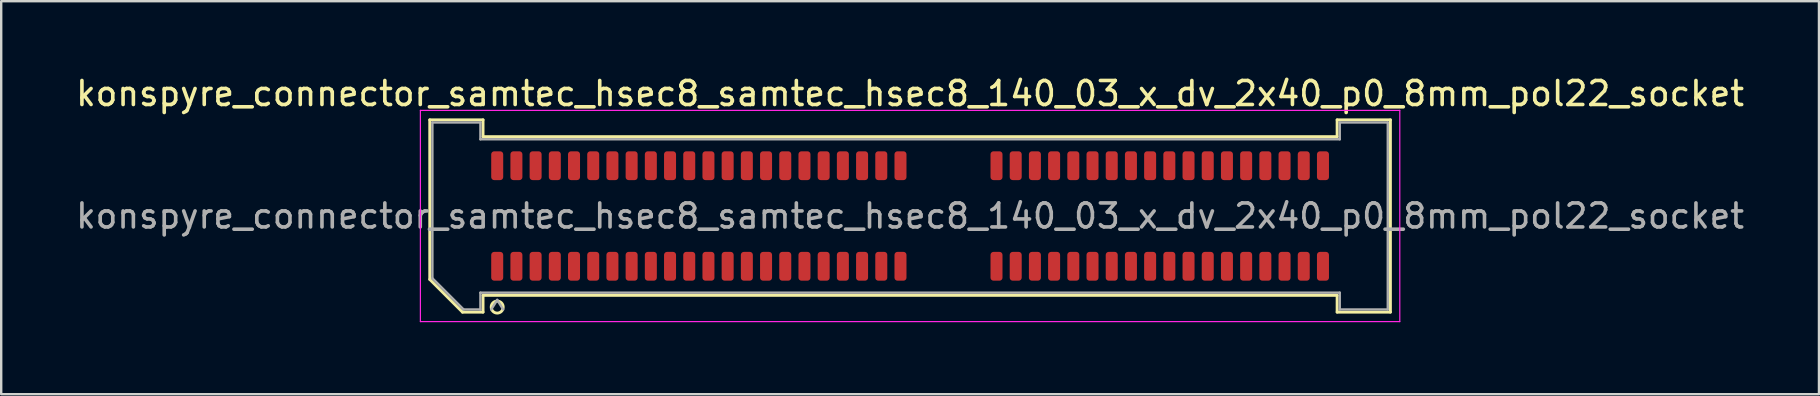
<source format=kicad_pcb>
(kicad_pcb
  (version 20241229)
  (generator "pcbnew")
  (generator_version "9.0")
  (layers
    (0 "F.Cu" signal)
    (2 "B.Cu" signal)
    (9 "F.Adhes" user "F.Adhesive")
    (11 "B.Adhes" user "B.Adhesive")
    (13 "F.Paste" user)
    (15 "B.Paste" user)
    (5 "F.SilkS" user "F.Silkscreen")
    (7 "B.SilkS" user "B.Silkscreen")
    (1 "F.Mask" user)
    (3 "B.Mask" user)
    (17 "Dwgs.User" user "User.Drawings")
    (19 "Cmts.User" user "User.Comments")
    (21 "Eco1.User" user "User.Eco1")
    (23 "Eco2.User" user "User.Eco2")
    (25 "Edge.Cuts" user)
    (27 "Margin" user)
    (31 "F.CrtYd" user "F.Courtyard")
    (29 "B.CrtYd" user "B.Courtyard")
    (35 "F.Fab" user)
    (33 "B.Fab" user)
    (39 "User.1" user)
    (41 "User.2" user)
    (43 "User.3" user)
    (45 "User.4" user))
  (footprint "konspyre_connector_samtec_hsec8_samtec_hsec8_140_03_x_dv_2x40_p0_8mm_pol22_socket"
    (layer "F.Cu")
    (at 34.863 5.948)
    (property "Reference" "konspyre_connector_samtec_hsec8_samtec_hsec8_140_03_x_dv_2x40_p0_8mm_pol22_socket" (at 0 -5.1 0) (layer "F.SilkS") (effects (font (size 1 1) (thickness 0.15))))
    (attr smd)
    (fp_line (start -20.01 -4.005) (end -17.79 -4.005) (stroke (width 0.12) (type solid)) (layer "F.SilkS"))
    (fp_line (start -20.01 2.641) (end -20.01 -4.005) (stroke (width 0.12) (type solid)) (layer "F.SilkS"))
    (fp_line (start -18.646 4.005) (end -20.01 2.641) (stroke (width 0.12) (type solid)) (layer "F.SilkS"))
    (fp_line (start -17.79 -4.005) (end -17.79 -3.305) (stroke (width 0.12) (type solid)) (layer "F.SilkS"))
    (fp_line (start -17.79 -3.305) (end 17.79 -3.305) (stroke (width 0.12) (type solid)) (layer "F.SilkS"))
    (fp_line (start -17.79 3.305) (end -17.79 4.005) (stroke (width 0.12) (type solid)) (layer "F.SilkS"))
    (fp_line (start -17.79 4.005) (end -18.646 4.005) (stroke (width 0.12) (type solid)) (layer "F.SilkS"))
    (fp_line (start 17.79 -4.005) (end 20.01 -4.005) (stroke (width 0.12) (type solid)) (layer "F.SilkS"))
    (fp_line (start 17.79 -3.305) (end 17.79 -4.005) (stroke (width 0.12) (type solid)) (layer "F.SilkS"))
    (fp_line (start 17.79 3.305) (end -17.79 3.305) (stroke (width 0.12) (type solid)) (layer "F.SilkS"))
    (fp_line (start 17.79 4.005) (end 17.79 3.305) (stroke (width 0.12) (type solid)) (layer "F.SilkS"))
    (fp_line (start 20.01 -4.005) (end 20.01 4.005) (stroke (width 0.12) (type solid)) (layer "F.SilkS"))
    (fp_line (start 20.01 4.005) (end 17.79 4.005) (stroke (width 0.12) (type solid)) (layer "F.SilkS"))
    (fp_arc (start -16.95 3.795) (mid -17.45 3.795) (end -16.95 3.795) (stroke (width 0.12) (type solid)) (layer "F.SilkS"))
    (fp_line (start -20.4 -4.4) (end -20.4 4.4) (stroke (width 0.05) (type solid)) (layer "F.CrtYd"))
    (fp_line (start -20.4 4.4) (end 20.4 4.4) (stroke (width 0.05) (type solid)) (layer "F.CrtYd"))
    (fp_line (start 20.4 -4.4) (end -20.4 -4.4) (stroke (width 0.05) (type solid)) (layer "F.CrtYd"))
    (fp_line (start 20.4 4.4) (end 20.4 -4.4) (stroke (width 0.05) (type solid)) (layer "F.CrtYd"))
    (fp_line (start -19.9 -3.895) (end -17.9 -3.895) (stroke (width 0.1) (type solid)) (layer "F.Fab"))
    (fp_line (start -19.9 2.595) (end -19.9 -3.895) (stroke (width 0.1) (type solid)) (layer "F.Fab"))
    (fp_line (start -18.6 3.895) (end -19.9 2.595) (stroke (width 0.1) (type solid)) (layer "F.Fab"))
    (fp_line (start -17.9 -3.895) (end -17.9 -3.195) (stroke (width 0.1) (type solid)) (layer "F.Fab"))
    (fp_line (start -17.9 -3.195) (end 17.9 -3.195) (stroke (width 0.1) (type solid)) (layer "F.Fab"))
    (fp_line (start -17.9 3.195) (end -17.9 3.895) (stroke (width 0.1) (type solid)) (layer "F.Fab"))
    (fp_line (start -17.9 3.895) (end -18.6 3.895) (stroke (width 0.1) (type solid)) (layer "F.Fab"))
    (fp_line (start -17.2 3.495) (end -17.45 3.895) (stroke (width 0.1) (type solid)) (layer "F.Fab"))
    (fp_line (start -17.2 3.495) (end -16.95 3.895) (stroke (width 0.1) (type solid)) (layer "F.Fab"))
    (fp_line (start 17.9 -3.895) (end 19.9 -3.895) (stroke (width 0.1) (type solid)) (layer "F.Fab"))
    (fp_line (start 17.9 -3.195) (end 17.9 -3.895) (stroke (width 0.1) (type solid)) (layer "F.Fab"))
    (fp_line (start 17.9 3.195) (end -17.9 3.195) (stroke (width 0.1) (type solid)) (layer "F.Fab"))
    (fp_line (start 17.9 3.895) (end 17.9 3.195) (stroke (width 0.1) (type solid)) (layer "F.Fab"))
    (fp_line (start 19.9 -3.895) (end 19.9 3.895) (stroke (width 0.1) (type solid)) (layer "F.Fab"))
    (fp_line (start 19.9 3.895) (end 17.9 3.895) (stroke (width 0.1) (type solid)) (layer "F.Fab"))
    (fp_text user "${REFERENCE}" (at 0 0 0) (layer "F.Fab") (effects (font (size 1 1) (thickness 0.15))))
    (pad "1" smd roundrect (at -17.2 2.095) (size 0.5 1.2) (layers "F.Cu" "F.Mask" "F.Paste") (roundrect_rratio 0.25))
    (pad "2" smd roundrect (at -17.2 -2.095) (size 0.5 1.2) (layers "F.Cu" "F.Mask" "F.Paste") (roundrect_rratio 0.25))
    (pad "3" smd roundrect (at -16.4 2.095) (size 0.5 1.2) (layers "F.Cu" "F.Mask" "F.Paste") (roundrect_rratio 0.25))
    (pad "4" smd roundrect (at -16.4 -2.095) (size 0.5 1.2) (layers "F.Cu" "F.Mask" "F.Paste") (roundrect_rratio 0.25))
    (pad "5" smd roundrect (at -15.6 2.095) (size 0.5 1.2) (layers "F.Cu" "F.Mask" "F.Paste") (roundrect_rratio 0.25))
    (pad "6" smd roundrect (at -15.6 -2.095) (size 0.5 1.2) (layers "F.Cu" "F.Mask" "F.Paste") (roundrect_rratio 0.25))
    (pad "7" smd roundrect (at -14.8 2.095) (size 0.5 1.2) (layers "F.Cu" "F.Mask" "F.Paste") (roundrect_rratio 0.25))
    (pad "8" smd roundrect (at -14.8 -2.095) (size 0.5 1.2) (layers "F.Cu" "F.Mask" "F.Paste") (roundrect_rratio 0.25))
    (pad "9" smd roundrect (at -14 2.095) (size 0.5 1.2) (layers "F.Cu" "F.Mask" "F.Paste") (roundrect_rratio 0.25))
    (pad "10" smd roundrect (at -14 -2.095) (size 0.5 1.2) (layers "F.Cu" "F.Mask" "F.Paste") (roundrect_rratio 0.25))
    (pad "11" smd roundrect (at -13.2 2.095) (size 0.5 1.2) (layers "F.Cu" "F.Mask" "F.Paste") (roundrect_rratio 0.25))
    (pad "12" smd roundrect (at -13.2 -2.095) (size 0.5 1.2) (layers "F.Cu" "F.Mask" "F.Paste") (roundrect_rratio 0.25))
    (pad "13" smd roundrect (at -12.4 2.095) (size 0.5 1.2) (layers "F.Cu" "F.Mask" "F.Paste") (roundrect_rratio 0.25))
    (pad "14" smd roundrect (at -12.4 -2.095) (size 0.5 1.2) (layers "F.Cu" "F.Mask" "F.Paste") (roundrect_rratio 0.25))
    (pad "15" smd roundrect (at -11.6 2.095) (size 0.5 1.2) (layers "F.Cu" "F.Mask" "F.Paste") (roundrect_rratio 0.25))
    (pad "16" smd roundrect (at -11.6 -2.095) (size 0.5 1.2) (layers "F.Cu" "F.Mask" "F.Paste") (roundrect_rratio 0.25))
    (pad "17" smd roundrect (at -10.8 2.095) (size 0.5 1.2) (layers "F.Cu" "F.Mask" "F.Paste") (roundrect_rratio 0.25))
    (pad "18" smd roundrect (at -10.8 -2.095) (size 0.5 1.2) (layers "F.Cu" "F.Mask" "F.Paste") (roundrect_rratio 0.25))
    (pad "19" smd roundrect (at -10 2.095) (size 0.5 1.2) (layers "F.Cu" "F.Mask" "F.Paste") (roundrect_rratio 0.25))
    (pad "20" smd roundrect (at -10 -2.095) (size 0.5 1.2) (layers "F.Cu" "F.Mask" "F.Paste") (roundrect_rratio 0.25))
    (pad "21" smd roundrect (at -9.2 2.095) (size 0.5 1.2) (layers "F.Cu" "F.Mask" "F.Paste") (roundrect_rratio 0.25))
    (pad "22" smd roundrect (at -9.2 -2.095) (size 0.5 1.2) (layers "F.Cu" "F.Mask" "F.Paste") (roundrect_rratio 0.25))
    (pad "23" smd roundrect (at -8.4 2.095) (size 0.5 1.2) (layers "F.Cu" "F.Mask" "F.Paste") (roundrect_rratio 0.25))
    (pad "24" smd roundrect (at -8.4 -2.095) (size 0.5 1.2) (layers "F.Cu" "F.Mask" "F.Paste") (roundrect_rratio 0.25))
    (pad "25" smd roundrect (at -7.6 2.095) (size 0.5 1.2) (layers "F.Cu" "F.Mask" "F.Paste") (roundrect_rratio 0.25))
    (pad "26" smd roundrect (at -7.6 -2.095) (size 0.5 1.2) (layers "F.Cu" "F.Mask" "F.Paste") (roundrect_rratio 0.25))
    (pad "27" smd roundrect (at -6.8 2.095) (size 0.5 1.2) (layers "F.Cu" "F.Mask" "F.Paste") (roundrect_rratio 0.25))
    (pad "28" smd roundrect (at -6.8 -2.095) (size 0.5 1.2) (layers "F.Cu" "F.Mask" "F.Paste") (roundrect_rratio 0.25))
    (pad "29" smd roundrect (at -6 2.095) (size 0.5 1.2) (layers "F.Cu" "F.Mask" "F.Paste") (roundrect_rratio 0.25))
    (pad "30" smd roundrect (at -6 -2.095) (size 0.5 1.2) (layers "F.Cu" "F.Mask" "F.Paste") (roundrect_rratio 0.25))
    (pad "31" smd roundrect (at -5.2 2.095) (size 0.5 1.2) (layers "F.Cu" "F.Mask" "F.Paste") (roundrect_rratio 0.25))
    (pad "32" smd roundrect (at -5.2 -2.095) (size 0.5 1.2) (layers "F.Cu" "F.Mask" "F.Paste") (roundrect_rratio 0.25))
    (pad "33" smd roundrect (at -4.4 2.095) (size 0.5 1.2) (layers "F.Cu" "F.Mask" "F.Paste") (roundrect_rratio 0.25))
    (pad "34" smd roundrect (at -4.4 -2.095) (size 0.5 1.2) (layers "F.Cu" "F.Mask" "F.Paste") (roundrect_rratio 0.25))
    (pad "35" smd roundrect (at -3.6 2.095) (size 0.5 1.2) (layers "F.Cu" "F.Mask" "F.Paste") (roundrect_rratio 0.25))
    (pad "36" smd roundrect (at -3.6 -2.095) (size 0.5 1.2) (layers "F.Cu" "F.Mask" "F.Paste") (roundrect_rratio 0.25))
    (pad "37" smd roundrect (at -2.8 2.095) (size 0.5 1.2) (layers "F.Cu" "F.Mask" "F.Paste") (roundrect_rratio 0.25))
    (pad "38" smd roundrect (at -2.8 -2.095) (size 0.5 1.2) (layers "F.Cu" "F.Mask" "F.Paste") (roundrect_rratio 0.25))
    (pad "39" smd roundrect (at -2 2.095) (size 0.5 1.2) (layers "F.Cu" "F.Mask" "F.Paste") (roundrect_rratio 0.25))
    (pad "40" smd roundrect (at -2 -2.095) (size 0.5 1.2) (layers "F.Cu" "F.Mask" "F.Paste") (roundrect_rratio 0.25))
    (pad "41" smd roundrect (at -1.2 2.095) (size 0.5 1.2) (layers "F.Cu" "F.Mask" "F.Paste") (roundrect_rratio 0.25))
    (pad "42" smd roundrect (at -1.2 -2.095) (size 0.5 1.2) (layers "F.Cu" "F.Mask" "F.Paste") (roundrect_rratio 0.25))
    (pad "43" smd roundrect (at -0.4 2.095) (size 0.5 1.2) (layers "F.Cu" "F.Mask" "F.Paste") (roundrect_rratio 0.25))
    (pad "44" smd roundrect (at -0.4 -2.095) (size 0.5 1.2) (layers "F.Cu" "F.Mask" "F.Paste") (roundrect_rratio 0.25))
    (pad "45" smd roundrect (at 3.6 2.095) (size 0.5 1.2) (layers "F.Cu" "F.Mask" "F.Paste") (roundrect_rratio 0.25))
    (pad "46" smd roundrect (at 3.6 -2.095) (size 0.5 1.2) (layers "F.Cu" "F.Mask" "F.Paste") (roundrect_rratio 0.25))
    (pad "47" smd roundrect (at 4.4 2.095) (size 0.5 1.2) (layers "F.Cu" "F.Mask" "F.Paste") (roundrect_rratio 0.25))
    (pad "48" smd roundrect (at 4.4 -2.095) (size 0.5 1.2) (layers "F.Cu" "F.Mask" "F.Paste") (roundrect_rratio 0.25))
    (pad "49" smd roundrect (at 5.2 2.095) (size 0.5 1.2) (layers "F.Cu" "F.Mask" "F.Paste") (roundrect_rratio 0.25))
    (pad "50" smd roundrect (at 5.2 -2.095) (size 0.5 1.2) (layers "F.Cu" "F.Mask" "F.Paste") (roundrect_rratio 0.25))
    (pad "51" smd roundrect (at 6 2.095) (size 0.5 1.2) (layers "F.Cu" "F.Mask" "F.Paste") (roundrect_rratio 0.25))
    (pad "52" smd roundrect (at 6 -2.095) (size 0.5 1.2) (layers "F.Cu" "F.Mask" "F.Paste") (roundrect_rratio 0.25))
    (pad "53" smd roundrect (at 6.8 2.095) (size 0.5 1.2) (layers "F.Cu" "F.Mask" "F.Paste") (roundrect_rratio 0.25))
    (pad "54" smd roundrect (at 6.8 -2.095) (size 0.5 1.2) (layers "F.Cu" "F.Mask" "F.Paste") (roundrect_rratio 0.25))
    (pad "55" smd roundrect (at 7.6 2.095) (size 0.5 1.2) (layers "F.Cu" "F.Mask" "F.Paste") (roundrect_rratio 0.25))
    (pad "56" smd roundrect (at 7.6 -2.095) (size 0.5 1.2) (layers "F.Cu" "F.Mask" "F.Paste") (roundrect_rratio 0.25))
    (pad "57" smd roundrect (at 8.4 2.095) (size 0.5 1.2) (layers "F.Cu" "F.Mask" "F.Paste") (roundrect_rratio 0.25))
    (pad "58" smd roundrect (at 8.4 -2.095) (size 0.5 1.2) (layers "F.Cu" "F.Mask" "F.Paste") (roundrect_rratio 0.25))
    (pad "59" smd roundrect (at 9.2 2.095) (size 0.5 1.2) (layers "F.Cu" "F.Mask" "F.Paste") (roundrect_rratio 0.25))
    (pad "60" smd roundrect (at 9.2 -2.095) (size 0.5 1.2) (layers "F.Cu" "F.Mask" "F.Paste") (roundrect_rratio 0.25))
    (pad "61" smd roundrect (at 10 2.095) (size 0.5 1.2) (layers "F.Cu" "F.Mask" "F.Paste") (roundrect_rratio 0.25))
    (pad "62" smd roundrect (at 10 -2.095) (size 0.5 1.2) (layers "F.Cu" "F.Mask" "F.Paste") (roundrect_rratio 0.25))
    (pad "63" smd roundrect (at 10.8 2.095) (size 0.5 1.2) (layers "F.Cu" "F.Mask" "F.Paste") (roundrect_rratio 0.25))
    (pad "64" smd roundrect (at 10.8 -2.095) (size 0.5 1.2) (layers "F.Cu" "F.Mask" "F.Paste") (roundrect_rratio 0.25))
    (pad "65" smd roundrect (at 11.6 2.095) (size 0.5 1.2) (layers "F.Cu" "F.Mask" "F.Paste") (roundrect_rratio 0.25))
    (pad "66" smd roundrect (at 11.6 -2.095) (size 0.5 1.2) (layers "F.Cu" "F.Mask" "F.Paste") (roundrect_rratio 0.25))
    (pad "67" smd roundrect (at 12.4 2.095) (size 0.5 1.2) (layers "F.Cu" "F.Mask" "F.Paste") (roundrect_rratio 0.25))
    (pad "68" smd roundrect (at 12.4 -2.095) (size 0.5 1.2) (layers "F.Cu" "F.Mask" "F.Paste") (roundrect_rratio 0.25))
    (pad "69" smd roundrect (at 13.2 2.095) (size 0.5 1.2) (layers "F.Cu" "F.Mask" "F.Paste") (roundrect_rratio 0.25))
    (pad "70" smd roundrect (at 13.2 -2.095) (size 0.5 1.2) (layers "F.Cu" "F.Mask" "F.Paste") (roundrect_rratio 0.25))
    (pad "71" smd roundrect (at 14 2.095) (size 0.5 1.2) (layers "F.Cu" "F.Mask" "F.Paste") (roundrect_rratio 0.25))
    (pad "72" smd roundrect (at 14 -2.095) (size 0.5 1.2) (layers "F.Cu" "F.Mask" "F.Paste") (roundrect_rratio 0.25))
    (pad "73" smd roundrect (at 14.8 2.095) (size 0.5 1.2) (layers "F.Cu" "F.Mask" "F.Paste") (roundrect_rratio 0.25))
    (pad "74" smd roundrect (at 14.8 -2.095) (size 0.5 1.2) (layers "F.Cu" "F.Mask" "F.Paste") (roundrect_rratio 0.25))
    (pad "75" smd roundrect (at 15.6 2.095) (size 0.5 1.2) (layers "F.Cu" "F.Mask" "F.Paste") (roundrect_rratio 0.25))
    (pad "76" smd roundrect (at 15.6 -2.095) (size 0.5 1.2) (layers "F.Cu" "F.Mask" "F.Paste") (roundrect_rratio 0.25))
    (pad "77" smd roundrect (at 16.4 2.095) (size 0.5 1.2) (layers "F.Cu" "F.Mask" "F.Paste") (roundrect_rratio 0.25))
    (pad "78" smd roundrect (at 16.4 -2.095) (size 0.5 1.2) (layers "F.Cu" "F.Mask" "F.Paste") (roundrect_rratio 0.25))
    (pad "79" smd roundrect (at 17.2 2.095) (size 0.5 1.2) (layers "F.Cu" "F.Mask" "F.Paste") (roundrect_rratio 0.25))
    (pad "80" smd roundrect (at 17.2 -2.095) (size 0.5 1.2) (layers "F.Cu" "F.Mask" "F.Paste") (roundrect_rratio 0.25)))
  (gr_rect
    (start -3 -3)
    (end 72.726 13.373)
    (stroke (width 0.1) (type default))
    (fill no)
    (layer "Edge.Cuts")))
</source>
